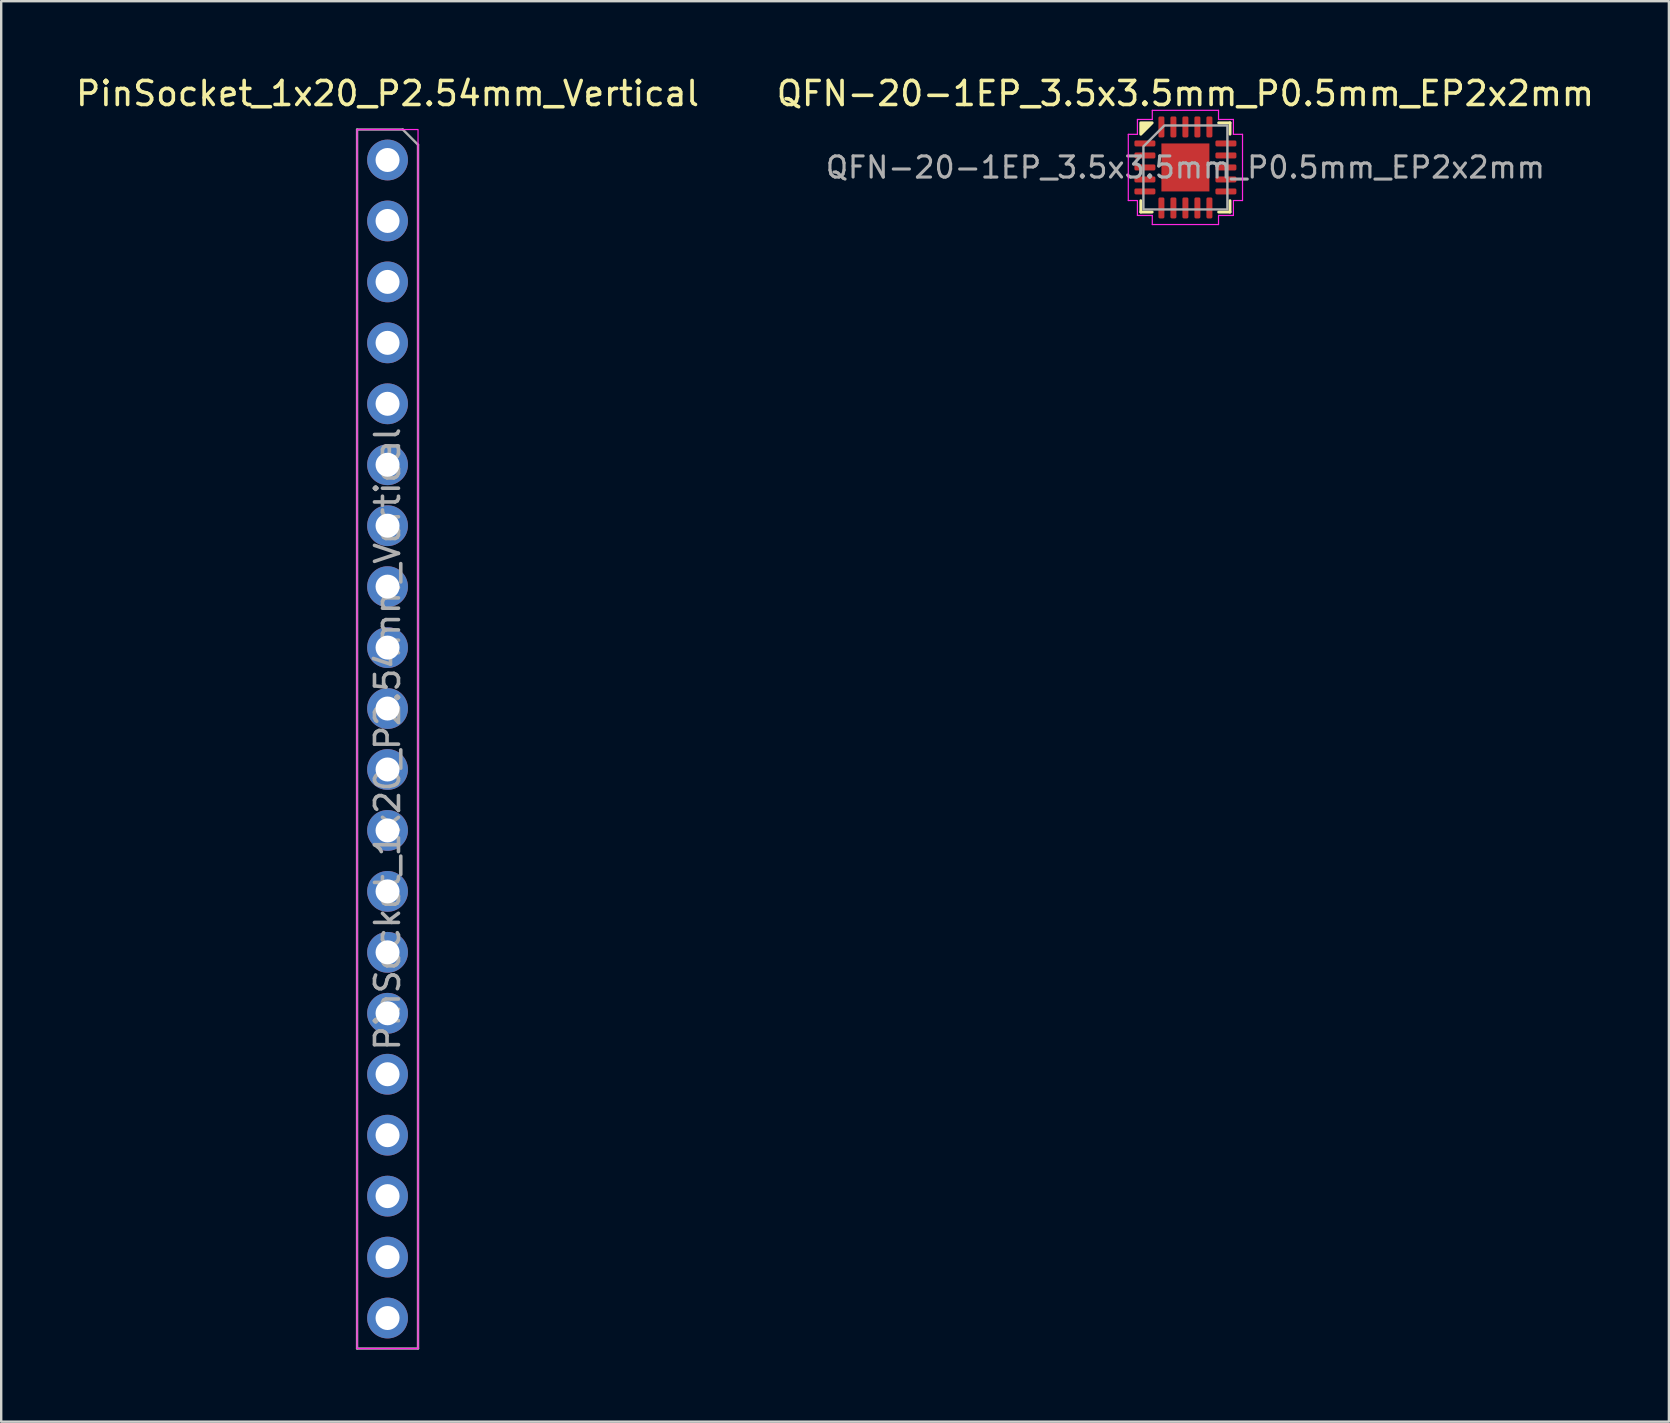
<source format=kicad_pcb>
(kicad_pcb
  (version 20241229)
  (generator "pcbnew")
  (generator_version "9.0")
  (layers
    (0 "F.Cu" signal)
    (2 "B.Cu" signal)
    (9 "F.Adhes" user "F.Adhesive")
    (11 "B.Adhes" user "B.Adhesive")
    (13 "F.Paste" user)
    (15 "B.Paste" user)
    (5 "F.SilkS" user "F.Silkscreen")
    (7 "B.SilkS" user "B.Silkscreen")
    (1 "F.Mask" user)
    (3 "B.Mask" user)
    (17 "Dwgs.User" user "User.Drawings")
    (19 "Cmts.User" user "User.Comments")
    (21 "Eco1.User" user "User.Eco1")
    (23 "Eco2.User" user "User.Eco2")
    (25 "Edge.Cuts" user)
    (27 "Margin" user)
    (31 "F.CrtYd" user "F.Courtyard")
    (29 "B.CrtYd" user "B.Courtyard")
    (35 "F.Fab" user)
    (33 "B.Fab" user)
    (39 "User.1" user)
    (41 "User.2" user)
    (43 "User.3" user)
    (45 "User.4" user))
  (footprint "QFN-20-1EP_3.5x3.5mm_P0.5mm_EP2x2mm"
    (layer "F.Cu")
    (at 46.351 3.928)
    (property "Reference" "QFN-20-1EP_3.5x3.5mm_P0.5mm_EP2x2mm" (at 0 -3.08 0) (layer "F.SilkS") (effects (font (size 1 1) (thickness 0.15))))
    (attr smd)
    (fp_line (start -1.86 1.86) (end -1.86 1.385) (stroke (width 0.12) (type solid)) (layer "F.SilkS"))
    (fp_line (start -1.385 1.86) (end -1.86 1.86) (stroke (width 0.12) (type solid)) (layer "F.SilkS"))
    (fp_line (start 1.385 -1.86) (end 1.86 -1.86) (stroke (width 0.12) (type solid)) (layer "F.SilkS"))
    (fp_line (start 1.86 -1.86) (end 1.86 -1.385) (stroke (width 0.12) (type solid)) (layer "F.SilkS"))
    (fp_line (start 1.86 1.385) (end 1.86 1.86) (stroke (width 0.12) (type solid)) (layer "F.SilkS"))
    (fp_line (start 1.86 1.86) (end 1.385 1.86) (stroke (width 0.12) (type solid)) (layer "F.SilkS"))
    (fp_poly (pts (xy -1.86 -1.385) (xy -1.385 -1.86) (xy -1.86 -1.86)) (stroke (width 0.12) (type solid)) (fill yes) (layer "F.SilkS"))
    (fp_line (start -2.38 -1.38) (end -2 -1.38) (stroke (width 0.05) (type solid)) (layer "F.CrtYd"))
    (fp_line (start -2.38 1.38) (end -2.38 -1.38) (stroke (width 0.05) (type solid)) (layer "F.CrtYd"))
    (fp_line (start -2 -2) (end -1.38 -2) (stroke (width 0.05) (type solid)) (layer "F.CrtYd"))
    (fp_line (start -2 -1.38) (end -2 -2) (stroke (width 0.05) (type solid)) (layer "F.CrtYd"))
    (fp_line (start -2 1.38) (end -2.38 1.38) (stroke (width 0.05) (type solid)) (layer "F.CrtYd"))
    (fp_line (start -2 2) (end -2 1.38) (stroke (width 0.05) (type solid)) (layer "F.CrtYd"))
    (fp_line (start -1.38 -2.38) (end 1.38 -2.38) (stroke (width 0.05) (type solid)) (layer "F.CrtYd"))
    (fp_line (start -1.38 -2) (end -1.38 -2.38) (stroke (width 0.05) (type solid)) (layer "F.CrtYd"))
    (fp_line (start -1.38 2) (end -2 2) (stroke (width 0.05) (type solid)) (layer "F.CrtYd"))
    (fp_line (start -1.38 2.38) (end -1.38 2) (stroke (width 0.05) (type solid)) (layer "F.CrtYd"))
    (fp_line (start 1.38 -2.38) (end 1.38 -2) (stroke (width 0.05) (type solid)) (layer "F.CrtYd"))
    (fp_line (start 1.38 -2) (end 2 -2) (stroke (width 0.05) (type solid)) (layer "F.CrtYd"))
    (fp_line (start 1.38 2) (end 1.38 2.38) (stroke (width 0.05) (type solid)) (layer "F.CrtYd"))
    (fp_line (start 1.38 2.38) (end -1.38 2.38) (stroke (width 0.05) (type solid)) (layer "F.CrtYd"))
    (fp_line (start 2 -2) (end 2 -1.38) (stroke (width 0.05) (type solid)) (layer "F.CrtYd"))
    (fp_line (start 2 -1.38) (end 2.38 -1.38) (stroke (width 0.05) (type solid)) (layer "F.CrtYd"))
    (fp_line (start 2 1.38) (end 2 2) (stroke (width 0.05) (type solid)) (layer "F.CrtYd"))
    (fp_line (start 2 2) (end 1.38 2) (stroke (width 0.05) (type solid)) (layer "F.CrtYd"))
    (fp_line (start 2.38 -1.38) (end 2.38 1.38) (stroke (width 0.05) (type solid)) (layer "F.CrtYd"))
    (fp_line (start 2.38 1.38) (end 2 1.38) (stroke (width 0.05) (type solid)) (layer "F.CrtYd"))
    (fp_poly (pts (xy -1.75 -0.875) (xy -1.75 1.75) (xy 1.75 1.75) (xy 1.75 -1.75) (xy -0.875 -1.75)) (stroke (width 0.1) (type solid)) (fill no) (layer "F.Fab"))
    (fp_text user "${REFERENCE}" (at 0 0 0) (layer "F.Fab") (effects (font (size 0.88 0.88) (thickness 0.13))))
    (pad "" smd roundrect (at -0.5 -0.5) (size 0.81 0.81) (layers "F.Paste") (roundrect_rratio 0.25))
    (pad "" smd roundrect (at -0.5 0.5) (size 0.81 0.81) (layers "F.Paste") (roundrect_rratio 0.25))
    (pad "" smd roundrect (at 0.5 -0.5) (size 0.81 0.81) (layers "F.Paste") (roundrect_rratio 0.25))
    (pad "" smd roundrect (at 0.5 0.5) (size 0.81 0.81) (layers "F.Paste") (roundrect_rratio 0.25))
    (pad "1" smd roundrect (at -1.688 -1) (size 0.875 0.25) (layers "F.Cu" "F.Mask" "F.Paste") (roundrect_rratio 0.25))
    (pad "2" smd roundrect (at -1.688 -0.5) (size 0.875 0.25) (layers "F.Cu" "F.Mask" "F.Paste") (roundrect_rratio 0.25))
    (pad "3" smd roundrect (at -1.688 0) (size 0.875 0.25) (layers "F.Cu" "F.Mask" "F.Paste") (roundrect_rratio 0.25))
    (pad "4" smd roundrect (at -1.688 0.5) (size 0.875 0.25) (layers "F.Cu" "F.Mask" "F.Paste") (roundrect_rratio 0.25))
    (pad "5" smd roundrect (at -1.688 1) (size 0.875 0.25) (layers "F.Cu" "F.Mask" "F.Paste") (roundrect_rratio 0.25))
    (pad "6" smd roundrect (at -1 1.688) (size 0.25 0.875) (layers "F.Cu" "F.Mask" "F.Paste") (roundrect_rratio 0.25))
    (pad "7" smd roundrect (at -0.5 1.688) (size 0.25 0.875) (layers "F.Cu" "F.Mask" "F.Paste") (roundrect_rratio 0.25))
    (pad "8" smd roundrect (at 0 1.688) (size 0.25 0.875) (layers "F.Cu" "F.Mask" "F.Paste") (roundrect_rratio 0.25))
    (pad "9" smd roundrect (at 0.5 1.688) (size 0.25 0.875) (layers "F.Cu" "F.Mask" "F.Paste") (roundrect_rratio 0.25))
    (pad "10" smd roundrect (at 1 1.688) (size 0.25 0.875) (layers "F.Cu" "F.Mask" "F.Paste") (roundrect_rratio 0.25))
    (pad "11" smd roundrect (at 1.688 1) (size 0.875 0.25) (layers "F.Cu" "F.Mask" "F.Paste") (roundrect_rratio 0.25))
    (pad "12" smd roundrect (at 1.688 0.5) (size 0.875 0.25) (layers "F.Cu" "F.Mask" "F.Paste") (roundrect_rratio 0.25))
    (pad "13" smd roundrect (at 1.688 0) (size 0.875 0.25) (layers "F.Cu" "F.Mask" "F.Paste") (roundrect_rratio 0.25))
    (pad "14" smd roundrect (at 1.688 -0.5) (size 0.875 0.25) (layers "F.Cu" "F.Mask" "F.Paste") (roundrect_rratio 0.25))
    (pad "15" smd roundrect (at 1.688 -1) (size 0.875 0.25) (layers "F.Cu" "F.Mask" "F.Paste") (roundrect_rratio 0.25))
    (pad "16" smd roundrect (at 1 -1.688) (size 0.25 0.875) (layers "F.Cu" "F.Mask" "F.Paste") (roundrect_rratio 0.25))
    (pad "17" smd roundrect (at 0.5 -1.688) (size 0.25 0.875) (layers "F.Cu" "F.Mask" "F.Paste") (roundrect_rratio 0.25))
    (pad "18" smd roundrect (at 0 -1.688) (size 0.25 0.875) (layers "F.Cu" "F.Mask" "F.Paste") (roundrect_rratio 0.25))
    (pad "19" smd roundrect (at -0.5 -1.688) (size 0.25 0.875) (layers "F.Cu" "F.Mask" "F.Paste") (roundrect_rratio 0.25))
    (pad "20" smd roundrect (at -1 -1.688) (size 0.25 0.875) (layers "F.Cu" "F.Mask" "F.Paste") (roundrect_rratio 0.25))
    (pad "21" smd rect (at 0 0) (size 2 2) (property pad_prop_heatsink) (layers "F.Cu" "F.Mask")))
  (footprint "PinSocket_1x20_P2.54mm_Vertical"
    (layer "F.Cu")
    (at 13.101 3.618)
    (property "Reference" "PinSocket_1x20_P2.54mm_Vertical" (at 0 -2.77 0) (layer "F.SilkS") (effects (font (size 1 1) (thickness 0.15))))
    (attr through_hole)
    (fp_rect (start -1.27 -1.27) (end 1.27 49.53) (stroke (width 0.05) (type solid)) (fill no) (layer "F.CrtYd"))
    (fp_line (start -1.27 -1.27) (end 0.635 -1.27) (stroke (width 0.1) (type solid)) (layer "F.Fab"))
    (fp_line (start -1.27 49.53) (end -1.27 -1.27) (stroke (width 0.1) (type solid)) (layer "F.Fab"))
    (fp_line (start 0.635 -1.27) (end 1.27 -0.635) (stroke (width 0.1) (type solid)) (layer "F.Fab"))
    (fp_line (start 1.27 -0.635) (end 1.27 49.53) (stroke (width 0.1) (type solid)) (layer "F.Fab"))
    (fp_line (start 1.27 49.53) (end -1.27 49.53) (stroke (width 0.1) (type solid)) (layer "F.Fab"))
    (fp_text user "${REFERENCE}" (at 0 24.13 90) (layer "F.Fab") (effects (font (size 1 1) (thickness 0.15))))
    (pad "1" thru_hole circle (at 0 0) (size 1.7 1.7) (drill 1) (layers "*.Cu" "*.Mask"))
    (pad "2" thru_hole circle (at 0 2.54) (size 1.7 1.7) (drill 1) (layers "*.Cu" "*.Mask"))
    (pad "3" thru_hole circle (at 0 5.08) (size 1.7 1.7) (drill 1) (layers "*.Cu" "*.Mask"))
    (pad "4" thru_hole circle (at 0 7.62) (size 1.7 1.7) (drill 1) (layers "*.Cu" "*.Mask"))
    (pad "5" thru_hole circle (at 0 10.16) (size 1.7 1.7) (drill 1) (layers "*.Cu" "*.Mask"))
    (pad "6" thru_hole circle (at 0 12.7) (size 1.7 1.7) (drill 1) (layers "*.Cu" "*.Mask"))
    (pad "7" thru_hole circle (at 0 15.24) (size 1.7 1.7) (drill 1) (layers "*.Cu" "*.Mask"))
    (pad "8" thru_hole circle (at 0 17.78) (size 1.7 1.7) (drill 1) (layers "*.Cu" "*.Mask"))
    (pad "9" thru_hole circle (at 0 20.32) (size 1.7 1.7) (drill 1) (layers "*.Cu" "*.Mask"))
    (pad "10" thru_hole circle (at 0 22.86) (size 1.7 1.7) (drill 1) (layers "*.Cu" "*.Mask"))
    (pad "11" thru_hole circle (at 0 25.4) (size 1.7 1.7) (drill 1) (layers "*.Cu" "*.Mask"))
    (pad "12" thru_hole circle (at 0 27.94) (size 1.7 1.7) (drill 1) (layers "*.Cu" "*.Mask"))
    (pad "13" thru_hole circle (at 0 30.48) (size 1.7 1.7) (drill 1) (layers "*.Cu" "*.Mask"))
    (pad "14" thru_hole circle (at 0 33.02) (size 1.7 1.7) (drill 1) (layers "*.Cu" "*.Mask"))
    (pad "15" thru_hole circle (at 0 35.56) (size 1.7 1.7) (drill 1) (layers "*.Cu" "*.Mask"))
    (pad "16" thru_hole circle (at 0 38.1) (size 1.7 1.7) (drill 1) (layers "*.Cu" "*.Mask"))
    (pad "17" thru_hole circle (at 0 40.64) (size 1.7 1.7) (drill 1) (layers "*.Cu" "*.Mask"))
    (pad "18" thru_hole circle (at 0 43.18) (size 1.7 1.7) (drill 1) (layers "*.Cu" "*.Mask"))
    (pad "19" thru_hole circle (at 0 45.72) (size 1.7 1.7) (drill 1) (layers "*.Cu" "*.Mask"))
    (pad "20" thru_hole circle (at 0 48.26) (size 1.7 1.7) (drill 1) (layers "*.Cu" "*.Mask")))
  (gr_rect
    (start -3 -3)
    (end 66.5 56.198)
    (stroke (width 0.1) (type default))
    (fill no)
    (layer "Edge.Cuts")))
</source>
